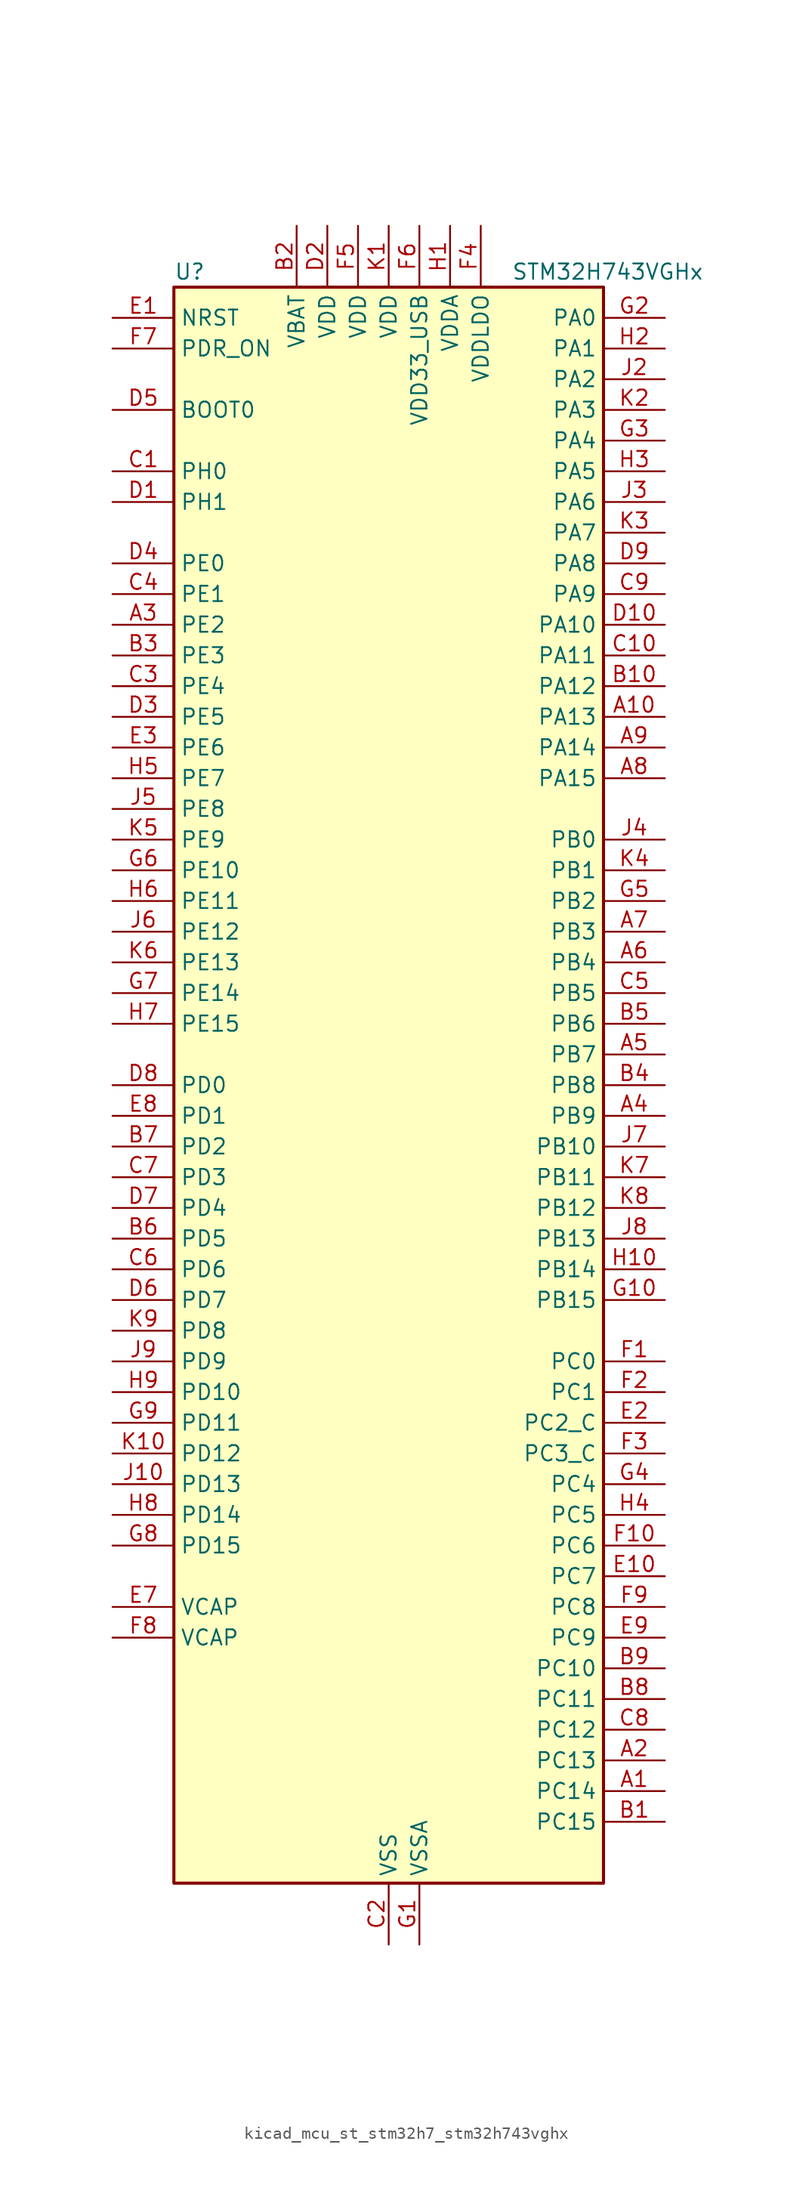
<source format=kicad_sym>
(kicad_symbol_lib
  (version 20220914)
  (generator kicad_symbol_editor)
  (symbol "kicad_mcu_st_stm32h7_stm32h743vghx"
    (property "Reference" "U"
      (at -17.78 67.31 0)
      (effects (font (size 1.27 1.27)) (justify left)))
    (property "Value" "STM32H743VGHx"
      (at 10.16 67.31 0)
      (effects (font (size 1.27 1.27)) (justify left)))
    (property "ki_locked" ""
      (at 0 0 0)
      (effects (font (size 1.27 1.27))))
    (symbol "kicad_mcu_st_stm32h7_stm32h743vghx_0_1"
      (rectangle (start -17.78 -66.04) (end 17.78 66.04) (stroke (width 0.254) (type default)) (fill (type background))))
    (symbol "kicad_mcu_st_stm32h7_stm32h743vghx_1_1"
      (pin bidirectional line (at 22.86 -58.42 180) (length 5.08) (name "PC14" (effects (font (size 1.27 1.27)))) (number "A1" (effects (font (size 1.27 1.27)))) (alternate "RCC_OSC32_IN" bidirectional line))
      (pin bidirectional line (at 22.86 30.48 180) (length 5.08) (name "PA13" (effects (font (size 1.27 1.27)))) (number "A10" (effects (font (size 1.27 1.27)))) (alternate "DEBUG_JTMS-SWDIO" bidirectional line))
      (pin bidirectional line (at 22.86 -55.88 180) (length 5.08) (name "PC13" (effects (font (size 1.27 1.27)))) (number "A2" (effects (font (size 1.27 1.27)))) (alternate "PWR_WKUP2" bidirectional line) (alternate "RTC_OUT_ALARM" bidirectional line) (alternate "RTC_OUT_CALIB" bidirectional line) (alternate "RTC_TAMP1" bidirectional line) (alternate "RTC_TS" bidirectional line))
      (pin bidirectional line (at -22.86 38.1 0) (length 5.08) (name "PE2" (effects (font (size 1.27 1.27)))) (number "A3" (effects (font (size 1.27 1.27)))) (alternate "DEBUG_TRACECLK" bidirectional line) (alternate "ETH_TXD3" bidirectional line) (alternate "FMC_A23" bidirectional line) (alternate "QUADSPI_BK1_IO2" bidirectional line) (alternate "SAI1_CK1" bidirectional line) (alternate "SAI1_MCLK_A" bidirectional line) (alternate "SAI4_CK1" bidirectional line) (alternate "SAI4_MCLK_A" bidirectional line) (alternate "SPI4_SCK" bidirectional line))
      (pin bidirectional line (at 22.86 -2.54 180) (length 5.08) (name "PB9" (effects (font (size 1.27 1.27)))) (number "A4" (effects (font (size 1.27 1.27)))) (alternate "DAC1_EXTI9" bidirectional line) (alternate "DCMI_D7" bidirectional line) (alternate "DFSDM1_DATIN7" bidirectional line) (alternate "FDCAN1_TX" bidirectional line) (alternate "I2C1_SDA" bidirectional line) (alternate "I2C4_SDA" bidirectional line) (alternate "I2C4_SMBA" bidirectional line) (alternate "I2S2_WS" bidirectional line) (alternate "LTDC_B7" bidirectional line) (alternate "SDMMC1_CDIR" bidirectional line) (alternate "SDMMC1_D5" bidirectional line) (alternate "SDMMC2_D5" bidirectional line) (alternate "SPI2_NSS" bidirectional line) (alternate "TIM17_CH1" bidirectional line) (alternate "TIM4_CH4" bidirectional line) (alternate "UART4_TX" bidirectional line))
      (pin bidirectional line (at 22.86 2.54 180) (length 5.08) (name "PB7" (effects (font (size 1.27 1.27)))) (number "A5" (effects (font (size 1.27 1.27)))) (alternate "DCMI_VSYNC" bidirectional line) (alternate "DFSDM1_CKIN5" bidirectional line) (alternate "FMC_NL" bidirectional line) (alternate "HRTIM_EEV9" bidirectional line) (alternate "I2C1_SDA" bidirectional line) (alternate "I2C4_SDA" bidirectional line) (alternate "LPUART1_RX" bidirectional line) (alternate "PWR_PVD_IN" bidirectional line) (alternate "TIM17_CH1N" bidirectional line) (alternate "TIM4_CH2" bidirectional line) (alternate "USART1_RX" bidirectional line))
      (pin bidirectional line (at 22.86 10.16 180) (length 5.08) (name "PB4" (effects (font (size 1.27 1.27)))) (number "A6" (effects (font (size 1.27 1.27)))) (alternate "DEBUG_JTRST" bidirectional line) (alternate "HRTIM_EEV6" bidirectional line) (alternate "I2S1_SDI" bidirectional line) (alternate "I2S2_WS" bidirectional line) (alternate "I2S3_SDI" bidirectional line) (alternate "SDMMC2_D3" bidirectional line) (alternate "SPI1_MISO" bidirectional line) (alternate "SPI2_NSS" bidirectional line) (alternate "SPI3_MISO" bidirectional line) (alternate "SPI6_MISO" bidirectional line) (alternate "TIM16_BKIN" bidirectional line) (alternate "TIM3_CH1" bidirectional line) (alternate "UART7_TX" bidirectional line))
      (pin bidirectional line (at 22.86 12.7 180) (length 5.08) (name "PB3" (effects (font (size 1.27 1.27)))) (number "A7" (effects (font (size 1.27 1.27)))) (alternate "CRS_SYNC" bidirectional line) (alternate "DEBUG_JTDO-SWO" bidirectional line) (alternate "HRTIM_FLT4" bidirectional line) (alternate "I2S1_CK" bidirectional line) (alternate "I2S3_CK" bidirectional line) (alternate "SDMMC2_D2" bidirectional line) (alternate "SPI1_SCK" bidirectional line) (alternate "SPI3_SCK" bidirectional line) (alternate "SPI6_SCK" bidirectional line) (alternate "TIM2_CH2" bidirectional line) (alternate "UART7_RX" bidirectional line))
      (pin bidirectional line (at 22.86 25.4 180) (length 5.08) (name "PA15" (effects (font (size 1.27 1.27)))) (number "A8" (effects (font (size 1.27 1.27)))) (alternate "ADC1_EXTI15" bidirectional line) (alternate "ADC2_EXTI15" bidirectional line) (alternate "ADC3_EXTI15" bidirectional line) (alternate "CEC" bidirectional line) (alternate "DEBUG_JTDI" bidirectional line) (alternate "HRTIM_FLT1" bidirectional line) (alternate "I2S1_WS" bidirectional line) (alternate "I2S3_WS" bidirectional line) (alternate "SPI1_NSS" bidirectional line) (alternate "SPI3_NSS" bidirectional line) (alternate "SPI6_NSS" bidirectional line) (alternate "TIM2_CH1" bidirectional line) (alternate "TIM2_ETR" bidirectional line) (alternate "UART4_DE" bidirectional line) (alternate "UART4_RTS" bidirectional line) (alternate "UART7_TX" bidirectional line))
      (pin bidirectional line (at 22.86 27.94 180) (length 5.08) (name "PA14" (effects (font (size 1.27 1.27)))) (number "A9" (effects (font (size 1.27 1.27)))) (alternate "DEBUG_JTCK-SWCLK" bidirectional line))
      (pin bidirectional line (at 22.86 -60.96 180) (length 5.08) (name "PC15" (effects (font (size 1.27 1.27)))) (number "B1" (effects (font (size 1.27 1.27)))) (alternate "ADC1_EXTI15" bidirectional line) (alternate "ADC2_EXTI15" bidirectional line) (alternate "ADC3_EXTI15" bidirectional line) (alternate "RCC_OSC32_OUT" bidirectional line))
      (pin bidirectional line (at 22.86 33.02 180) (length 5.08) (name "PA12" (effects (font (size 1.27 1.27)))) (number "B10" (effects (font (size 1.27 1.27)))) (alternate "FDCAN1_TX" bidirectional line) (alternate "HRTIM_CHD2" bidirectional line) (alternate "I2S2_CK" bidirectional line) (alternate "LPUART1_DE" bidirectional line) (alternate "LPUART1_RTS" bidirectional line) (alternate "LTDC_R5" bidirectional line) (alternate "SAI2_FS_B" bidirectional line) (alternate "SPI2_SCK" bidirectional line) (alternate "TIM1_ETR" bidirectional line) (alternate "UART4_TX" bidirectional line) (alternate "USART1_DE" bidirectional line) (alternate "USART1_RTS" bidirectional line) (alternate "USB_OTG_FS_DP" bidirectional line))
      (pin power_in line (at -7.62 71.12 270) (length 5.08) (name "VBAT" (effects (font (size 1.27 1.27)))) (number "B2" (effects (font (size 1.27 1.27)))))
      (pin bidirectional line (at -22.86 35.56 0) (length 5.08) (name "PE3" (effects (font (size 1.27 1.27)))) (number "B3" (effects (font (size 1.27 1.27)))) (alternate "DEBUG_TRACED0" bidirectional line) (alternate "FMC_A19" bidirectional line) (alternate "SAI1_SD_B" bidirectional line) (alternate "SAI4_SD_B" bidirectional line) (alternate "TIM15_BKIN" bidirectional line))
      (pin bidirectional line (at 22.86 0 180) (length 5.08) (name "PB8" (effects (font (size 1.27 1.27)))) (number "B4" (effects (font (size 1.27 1.27)))) (alternate "DCMI_D6" bidirectional line) (alternate "DFSDM1_CKIN7" bidirectional line) (alternate "ETH_TXD3" bidirectional line) (alternate "FDCAN1_RX" bidirectional line) (alternate "I2C1_SCL" bidirectional line) (alternate "I2C4_SCL" bidirectional line) (alternate "LTDC_B6" bidirectional line) (alternate "SDMMC1_CKIN" bidirectional line) (alternate "SDMMC1_D4" bidirectional line) (alternate "SDMMC2_D4" bidirectional line) (alternate "TIM16_CH1" bidirectional line) (alternate "TIM4_CH3" bidirectional line) (alternate "UART4_RX" bidirectional line))
      (pin bidirectional line (at 22.86 5.08 180) (length 5.08) (name "PB6" (effects (font (size 1.27 1.27)))) (number "B5" (effects (font (size 1.27 1.27)))) (alternate "CEC" bidirectional line) (alternate "DCMI_D5" bidirectional line) (alternate "DFSDM1_DATIN5" bidirectional line) (alternate "FDCAN2_TX" bidirectional line) (alternate "FMC_SDNE1" bidirectional line) (alternate "HRTIM_EEV8" bidirectional line) (alternate "I2C1_SCL" bidirectional line) (alternate "I2C4_SCL" bidirectional line) (alternate "LPUART1_TX" bidirectional line) (alternate "QUADSPI_BK1_NCS" bidirectional line) (alternate "TIM16_CH1N" bidirectional line) (alternate "TIM4_CH1" bidirectional line) (alternate "UART5_TX" bidirectional line) (alternate "USART1_TX" bidirectional line))
      (pin bidirectional line (at -22.86 -12.7 0) (length 5.08) (name "PD5" (effects (font (size 1.27 1.27)))) (number "B6" (effects (font (size 1.27 1.27)))) (alternate "FMC_NWE" bidirectional line) (alternate "HRTIM_EEV3" bidirectional line) (alternate "USART2_TX" bidirectional line))
      (pin bidirectional line (at -22.86 -5.08 0) (length 5.08) (name "PD2" (effects (font (size 1.27 1.27)))) (number "B7" (effects (font (size 1.27 1.27)))) (alternate "DCMI_D11" bidirectional line) (alternate "DEBUG_TRACED2" bidirectional line) (alternate "SDMMC1_CMD" bidirectional line) (alternate "TIM3_ETR" bidirectional line) (alternate "UART5_RX" bidirectional line))
      (pin bidirectional line (at 22.86 -50.8 180) (length 5.08) (name "PC11" (effects (font (size 1.27 1.27)))) (number "B8" (effects (font (size 1.27 1.27)))) (alternate "ADC1_EXTI11" bidirectional line) (alternate "ADC2_EXTI11" bidirectional line) (alternate "ADC3_EXTI11" bidirectional line) (alternate "DCMI_D4" bidirectional line) (alternate "DFSDM1_DATIN5" bidirectional line) (alternate "HRTIM_FLT2" bidirectional line) (alternate "I2S3_SDI" bidirectional line) (alternate "QUADSPI_BK2_NCS" bidirectional line) (alternate "SDMMC1_D3" bidirectional line) (alternate "SPI3_MISO" bidirectional line) (alternate "UART4_RX" bidirectional line) (alternate "USART3_RX" bidirectional line))
      (pin bidirectional line (at 22.86 -48.26 180) (length 5.08) (name "PC10" (effects (font (size 1.27 1.27)))) (number "B9" (effects (font (size 1.27 1.27)))) (alternate "DCMI_D8" bidirectional line) (alternate "DFSDM1_CKIN5" bidirectional line) (alternate "HRTIM_EEV1" bidirectional line) (alternate "I2S3_CK" bidirectional line) (alternate "LTDC_R2" bidirectional line) (alternate "QUADSPI_BK1_IO1" bidirectional line) (alternate "SDMMC1_D2" bidirectional line) (alternate "SPI3_SCK" bidirectional line) (alternate "UART4_TX" bidirectional line) (alternate "USART3_TX" bidirectional line))
      (pin bidirectional line (at -22.86 50.8 0) (length 5.08) (name "PH0" (effects (font (size 1.27 1.27)))) (number "C1" (effects (font (size 1.27 1.27)))) (alternate "RCC_OSC_IN" bidirectional line))
      (pin bidirectional line (at 22.86 35.56 180) (length 5.08) (name "PA11" (effects (font (size 1.27 1.27)))) (number "C10" (effects (font (size 1.27 1.27)))) (alternate "ADC1_EXTI11" bidirectional line) (alternate "ADC2_EXTI11" bidirectional line) (alternate "ADC3_EXTI11" bidirectional line) (alternate "FDCAN1_RX" bidirectional line) (alternate "HRTIM_CHD1" bidirectional line) (alternate "I2S2_WS" bidirectional line) (alternate "LPUART1_CTS" bidirectional line) (alternate "LTDC_R4" bidirectional line) (alternate "SPI2_NSS" bidirectional line) (alternate "TIM1_CH4" bidirectional line) (alternate "UART4_RX" bidirectional line) (alternate "USART1_CTS" bidirectional line) (alternate "USART1_NSS" bidirectional line) (alternate "USB_OTG_FS_DM" bidirectional line))
      (pin power_in line (at 0 -71.12 90) (length 5.08) (name "VSS" (effects (font (size 1.27 1.27)))) (number "C2" (effects (font (size 1.27 1.27)))))
      (pin bidirectional line (at -22.86 33.02 0) (length 5.08) (name "PE4" (effects (font (size 1.27 1.27)))) (number "C3" (effects (font (size 1.27 1.27)))) (alternate "DCMI_D4" bidirectional line) (alternate "DEBUG_TRACED1" bidirectional line) (alternate "DFSDM1_DATIN3" bidirectional line) (alternate "FMC_A20" bidirectional line) (alternate "LTDC_B0" bidirectional line) (alternate "SAI1_D2" bidirectional line) (alternate "SAI1_FS_A" bidirectional line) (alternate "SAI4_D2" bidirectional line) (alternate "SAI4_FS_A" bidirectional line) (alternate "SPI4_NSS" bidirectional line) (alternate "TIM15_CH1N" bidirectional line))
      (pin bidirectional line (at -22.86 40.64 0) (length 5.08) (name "PE1" (effects (font (size 1.27 1.27)))) (number "C4" (effects (font (size 1.27 1.27)))) (alternate "DCMI_D3" bidirectional line) (alternate "FMC_NBL1" bidirectional line) (alternate "HRTIM_SCOUT" bidirectional line) (alternate "LPTIM1_IN2" bidirectional line) (alternate "UART8_TX" bidirectional line))
      (pin bidirectional line (at 22.86 7.62 180) (length 5.08) (name "PB5" (effects (font (size 1.27 1.27)))) (number "C5" (effects (font (size 1.27 1.27)))) (alternate "DCMI_D10" bidirectional line) (alternate "ETH_PPS_OUT" bidirectional line) (alternate "FDCAN2_RX" bidirectional line) (alternate "FMC_SDCKE1" bidirectional line) (alternate "HRTIM_EEV7" bidirectional line) (alternate "I2C1_SMBA" bidirectional line) (alternate "I2C4_SMBA" bidirectional line) (alternate "I2S1_SDO" bidirectional line) (alternate "I2S3_SDO" bidirectional line) (alternate "SPI1_MOSI" bidirectional line) (alternate "SPI3_MOSI" bidirectional line) (alternate "SPI6_MOSI" bidirectional line) (alternate "TIM17_BKIN" bidirectional line) (alternate "TIM3_CH2" bidirectional line) (alternate "UART5_RX" bidirectional line) (alternate "USB_OTG_HS_ULPI_D7" bidirectional line))
      (pin bidirectional line (at -22.86 -15.24 0) (length 5.08) (name "PD6" (effects (font (size 1.27 1.27)))) (number "C6" (effects (font (size 1.27 1.27)))) (alternate "DCMI_D10" bidirectional line) (alternate "DFSDM1_CKIN4" bidirectional line) (alternate "DFSDM1_DATIN1" bidirectional line) (alternate "FMC_NWAIT" bidirectional line) (alternate "I2S3_SDO" bidirectional line) (alternate "LTDC_B2" bidirectional line) (alternate "SAI1_D1" bidirectional line) (alternate "SAI1_SD_A" bidirectional line) (alternate "SAI4_D1" bidirectional line) (alternate "SAI4_SD_A" bidirectional line) (alternate "SDMMC2_CK" bidirectional line) (alternate "SPI3_MOSI" bidirectional line) (alternate "USART2_RX" bidirectional line))
      (pin bidirectional line (at -22.86 -7.62 0) (length 5.08) (name "PD3" (effects (font (size 1.27 1.27)))) (number "C7" (effects (font (size 1.27 1.27)))) (alternate "DCMI_D5" bidirectional line) (alternate "DFSDM1_CKOUT" bidirectional line) (alternate "FMC_CLK" bidirectional line) (alternate "I2S2_CK" bidirectional line) (alternate "LTDC_G7" bidirectional line) (alternate "SPI2_SCK" bidirectional line) (alternate "USART2_CTS" bidirectional line) (alternate "USART2_NSS" bidirectional line))
      (pin bidirectional line (at 22.86 -53.34 180) (length 5.08) (name "PC12" (effects (font (size 1.27 1.27)))) (number "C8" (effects (font (size 1.27 1.27)))) (alternate "DCMI_D9" bidirectional line) (alternate "DEBUG_TRACED3" bidirectional line) (alternate "HRTIM_EEV2" bidirectional line) (alternate "I2S3_SDO" bidirectional line) (alternate "SDMMC1_CK" bidirectional line) (alternate "SPI3_MOSI" bidirectional line) (alternate "UART5_TX" bidirectional line) (alternate "USART3_CK" bidirectional line))
      (pin bidirectional line (at 22.86 40.64 180) (length 5.08) (name "PA9" (effects (font (size 1.27 1.27)))) (number "C9" (effects (font (size 1.27 1.27)))) (alternate "DAC1_EXTI9" bidirectional line) (alternate "DCMI_D0" bidirectional line) (alternate "HRTIM_CHC1" bidirectional line) (alternate "I2C3_SMBA" bidirectional line) (alternate "I2S2_CK" bidirectional line) (alternate "LPUART1_TX" bidirectional line) (alternate "LTDC_R5" bidirectional line) (alternate "SPI2_SCK" bidirectional line) (alternate "TIM1_CH2" bidirectional line) (alternate "USART1_TX" bidirectional line) (alternate "USB_OTG_FS_VBUS" bidirectional line))
      (pin bidirectional line (at -22.86 48.26 0) (length 5.08) (name "PH1" (effects (font (size 1.27 1.27)))) (number "D1" (effects (font (size 1.27 1.27)))) (alternate "RCC_OSC_OUT" bidirectional line))
      (pin bidirectional line (at 22.86 38.1 180) (length 5.08) (name "PA10" (effects (font (size 1.27 1.27)))) (number "D10" (effects (font (size 1.27 1.27)))) (alternate "DCMI_D1" bidirectional line) (alternate "HRTIM_CHC2" bidirectional line) (alternate "LPUART1_RX" bidirectional line) (alternate "LTDC_B1" bidirectional line) (alternate "LTDC_B4" bidirectional line) (alternate "MDIOS_MDIO" bidirectional line) (alternate "TIM1_CH3" bidirectional line) (alternate "USART1_RX" bidirectional line) (alternate "USB_OTG_FS_ID" bidirectional line))
      (pin power_in line (at -5.08 71.12 270) (length 5.08) (name "VDD" (effects (font (size 1.27 1.27)))) (number "D2" (effects (font (size 1.27 1.27)))))
      (pin bidirectional line (at -22.86 30.48 0) (length 5.08) (name "PE5" (effects (font (size 1.27 1.27)))) (number "D3" (effects (font (size 1.27 1.27)))) (alternate "DCMI_D6" bidirectional line) (alternate "DEBUG_TRACED2" bidirectional line) (alternate "DFSDM1_CKIN3" bidirectional line) (alternate "FMC_A21" bidirectional line) (alternate "LTDC_G0" bidirectional line) (alternate "SAI1_CK2" bidirectional line) (alternate "SAI1_SCK_A" bidirectional line) (alternate "SAI4_CK2" bidirectional line) (alternate "SAI4_SCK_A" bidirectional line) (alternate "SPI4_MISO" bidirectional line) (alternate "TIM15_CH1" bidirectional line))
      (pin bidirectional line (at -22.86 43.18 0) (length 5.08) (name "PE0" (effects (font (size 1.27 1.27)))) (number "D4" (effects (font (size 1.27 1.27)))) (alternate "DCMI_D2" bidirectional line) (alternate "FMC_NBL0" bidirectional line) (alternate "HRTIM_SCIN" bidirectional line) (alternate "LPTIM1_ETR" bidirectional line) (alternate "LPTIM2_ETR" bidirectional line) (alternate "SAI2_MCLK_A" bidirectional line) (alternate "TIM4_ETR" bidirectional line) (alternate "UART8_RX" bidirectional line))
      (pin input line (at -22.86 55.88 0) (length 5.08) (name "BOOT0" (effects (font (size 1.27 1.27)))) (number "D5" (effects (font (size 1.27 1.27)))))
      (pin bidirectional line (at -22.86 -17.78 0) (length 5.08) (name "PD7" (effects (font (size 1.27 1.27)))) (number "D6" (effects (font (size 1.27 1.27)))) (alternate "DFSDM1_CKIN1" bidirectional line) (alternate "DFSDM1_DATIN4" bidirectional line) (alternate "FMC_NE1" bidirectional line) (alternate "I2S1_SDO" bidirectional line) (alternate "SDMMC2_CMD" bidirectional line) (alternate "SPDIFRX1_IN0" bidirectional line) (alternate "SPI1_MOSI" bidirectional line) (alternate "USART2_CK" bidirectional line))
      (pin bidirectional line (at -22.86 -10.16 0) (length 5.08) (name "PD4" (effects (font (size 1.27 1.27)))) (number "D7" (effects (font (size 1.27 1.27)))) (alternate "FMC_NOE" bidirectional line) (alternate "HRTIM_FLT3" bidirectional line) (alternate "SAI3_FS_A" bidirectional line) (alternate "USART2_DE" bidirectional line) (alternate "USART2_RTS" bidirectional line))
      (pin bidirectional line (at -22.86 0 0) (length 5.08) (name "PD0" (effects (font (size 1.27 1.27)))) (number "D8" (effects (font (size 1.27 1.27)))) (alternate "DFSDM1_CKIN6" bidirectional line) (alternate "FDCAN1_RX" bidirectional line) (alternate "FMC_D2" bidirectional line) (alternate "FMC_DA2" bidirectional line) (alternate "SAI3_SCK_A" bidirectional line) (alternate "UART4_RX" bidirectional line))
      (pin bidirectional line (at 22.86 43.18 180) (length 5.08) (name "PA8" (effects (font (size 1.27 1.27)))) (number "D9" (effects (font (size 1.27 1.27)))) (alternate "HRTIM_CHB2" bidirectional line) (alternate "I2C3_SCL" bidirectional line) (alternate "LTDC_B3" bidirectional line) (alternate "LTDC_R6" bidirectional line) (alternate "RCC_MCO_1" bidirectional line) (alternate "TIM1_CH1" bidirectional line) (alternate "TIM8_BKIN2" bidirectional line) (alternate "TIM8_BKIN2_COMP1" bidirectional line) (alternate "TIM8_BKIN2_COMP2" bidirectional line) (alternate "UART7_RX" bidirectional line) (alternate "USART1_CK" bidirectional line) (alternate "USB_OTG_FS_SOF" bidirectional line))
      (pin input line (at -22.86 63.5 0) (length 5.08) (name "NRST" (effects (font (size 1.27 1.27)))) (number "E1" (effects (font (size 1.27 1.27)))))
      (pin bidirectional line (at 22.86 -40.64 180) (length 5.08) (name "PC7" (effects (font (size 1.27 1.27)))) (number "E10" (effects (font (size 1.27 1.27)))) (alternate "DCMI_D1" bidirectional line) (alternate "DEBUG_TRGIO" bidirectional line) (alternate "DFSDM1_DATIN3" bidirectional line) (alternate "FMC_NE1" bidirectional line) (alternate "HRTIM_CHA2" bidirectional line) (alternate "I2S3_MCK" bidirectional line) (alternate "LTDC_G6" bidirectional line) (alternate "SDMMC1_D123DIR" bidirectional line) (alternate "SDMMC1_D7" bidirectional line) (alternate "SDMMC2_D7" bidirectional line) (alternate "SWPMI1_TX" bidirectional line) (alternate "TIM3_CH2" bidirectional line) (alternate "TIM8_CH2" bidirectional line) (alternate "USART6_RX" bidirectional line))
      (pin bidirectional line (at 22.86 -27.94 180) (length 5.08) (name "PC2_C" (effects (font (size 1.27 1.27)))) (number "E2" (effects (font (size 1.27 1.27)))) (alternate "ADC3_INN1" bidirectional line) (alternate "ADC3_INP0" bidirectional line) (alternate "DFSDM1_CKIN1" bidirectional line) (alternate "DFSDM1_CKOUT" bidirectional line) (alternate "ETH_TXD2" bidirectional line) (alternate "FMC_SDNE0" bidirectional line) (alternate "I2S2_SDI" bidirectional line) (alternate "PWR_CSTOP" bidirectional line) (alternate "SPI2_MISO" bidirectional line) (alternate "USB_OTG_HS_ULPI_DIR" bidirectional line))
      (pin bidirectional line (at -22.86 27.94 0) (length 5.08) (name "PE6" (effects (font (size 1.27 1.27)))) (number "E3" (effects (font (size 1.27 1.27)))) (alternate "DCMI_D7" bidirectional line) (alternate "DEBUG_TRACED3" bidirectional line) (alternate "FMC_A22" bidirectional line) (alternate "LTDC_G1" bidirectional line) (alternate "SAI1_D1" bidirectional line) (alternate "SAI1_SD_A" bidirectional line) (alternate "SAI2_MCLK_B" bidirectional line) (alternate "SAI4_D1" bidirectional line) (alternate "SAI4_SD_A" bidirectional line) (alternate "SPI4_MOSI" bidirectional line) (alternate "TIM15_CH2" bidirectional line) (alternate "TIM1_BKIN2" bidirectional line) (alternate "TIM1_BKIN2_COMP1" bidirectional line) (alternate "TIM1_BKIN2_COMP2" bidirectional line))
      (pin passive line (at 0 -71.12 90) (length 5.08) hide (name "VSS" (effects (font (size 1.27 1.27)))) (number "E4" (effects (font (size 1.27 1.27)))))
      (pin passive line (at 0 -71.12 90) (length 5.08) hide (name "VSS" (effects (font (size 1.27 1.27)))) (number "E5" (effects (font (size 1.27 1.27)))))
      (pin passive line (at 0 -71.12 90) (length 5.08) hide (name "VSS" (effects (font (size 1.27 1.27)))) (number "E6" (effects (font (size 1.27 1.27)))))
      (pin power_out line (at -22.86 -43.18 0) (length 5.08) (name "VCAP" (effects (font (size 1.27 1.27)))) (number "E7" (effects (font (size 1.27 1.27)))))
      (pin bidirectional line (at -22.86 -2.54 0) (length 5.08) (name "PD1" (effects (font (size 1.27 1.27)))) (number "E8" (effects (font (size 1.27 1.27)))) (alternate "DFSDM1_DATIN6" bidirectional line) (alternate "FDCAN1_TX" bidirectional line) (alternate "FMC_D3" bidirectional line) (alternate "FMC_DA3" bidirectional line) (alternate "SAI3_SD_A" bidirectional line) (alternate "UART4_TX" bidirectional line))
      (pin bidirectional line (at 22.86 -45.72 180) (length 5.08) (name "PC9" (effects (font (size 1.27 1.27)))) (number "E9" (effects (font (size 1.27 1.27)))) (alternate "DAC1_EXTI9" bidirectional line) (alternate "DCMI_D3" bidirectional line) (alternate "I2C3_SDA" bidirectional line) (alternate "I2S_CKIN" bidirectional line) (alternate "LTDC_B2" bidirectional line) (alternate "LTDC_G3" bidirectional line) (alternate "QUADSPI_BK1_IO0" bidirectional line) (alternate "RCC_MCO_2" bidirectional line) (alternate "SDMMC1_D1" bidirectional line) (alternate "SWPMI1_SUSPEND" bidirectional line) (alternate "TIM3_CH4" bidirectional line) (alternate "TIM8_CH4" bidirectional line) (alternate "UART5_CTS" bidirectional line))
      (pin bidirectional line (at 22.86 -22.86 180) (length 5.08) (name "PC0" (effects (font (size 1.27 1.27)))) (number "F1" (effects (font (size 1.27 1.27)))) (alternate "ADC1_INP10" bidirectional line) (alternate "ADC2_INP10" bidirectional line) (alternate "ADC3_INP10" bidirectional line) (alternate "DFSDM1_CKIN0" bidirectional line) (alternate "DFSDM1_DATIN4" bidirectional line) (alternate "FMC_SDNWE" bidirectional line) (alternate "LTDC_R5" bidirectional line) (alternate "SAI2_FS_B" bidirectional line) (alternate "USB_OTG_HS_ULPI_STP" bidirectional line))
      (pin bidirectional line (at 22.86 -38.1 180) (length 5.08) (name "PC6" (effects (font (size 1.27 1.27)))) (number "F10" (effects (font (size 1.27 1.27)))) (alternate "DCMI_D0" bidirectional line) (alternate "DFSDM1_CKIN3" bidirectional line) (alternate "FMC_NWAIT" bidirectional line) (alternate "HRTIM_CHA1" bidirectional line) (alternate "I2S2_MCK" bidirectional line) (alternate "LTDC_HSYNC" bidirectional line) (alternate "SDMMC1_D0DIR" bidirectional line) (alternate "SDMMC1_D6" bidirectional line) (alternate "SDMMC2_D6" bidirectional line) (alternate "SWPMI1_IO" bidirectional line) (alternate "TIM3_CH1" bidirectional line) (alternate "TIM8_CH1" bidirectional line) (alternate "USART6_TX" bidirectional line))
      (pin bidirectional line (at 22.86 -25.4 180) (length 5.08) (name "PC1" (effects (font (size 1.27 1.27)))) (number "F2" (effects (font (size 1.27 1.27)))) (alternate "ADC1_INN10" bidirectional line) (alternate "ADC1_INP11" bidirectional line) (alternate "ADC2_INN10" bidirectional line) (alternate "ADC2_INP11" bidirectional line) (alternate "ADC3_INN10" bidirectional line) (alternate "ADC3_INP11" bidirectional line) (alternate "DEBUG_TRACED0" bidirectional line) (alternate "DFSDM1_CKIN4" bidirectional line) (alternate "DFSDM1_DATIN0" bidirectional line) (alternate "ETH_MDC" bidirectional line) (alternate "I2S2_SDO" bidirectional line) (alternate "MDIOS_MDC" bidirectional line) (alternate "PWR_WKUP5" bidirectional line) (alternate "RTC_TAMP3" bidirectional line) (alternate "SAI1_D1" bidirectional line) (alternate "SAI1_SD_A" bidirectional line) (alternate "SAI4_D1" bidirectional line) (alternate "SAI4_SD_A" bidirectional line) (alternate "SDMMC2_CK" bidirectional line) (alternate "SPI2_MOSI" bidirectional line))
      (pin bidirectional line (at 22.86 -30.48 180) (length 5.08) (name "PC3_C" (effects (font (size 1.27 1.27)))) (number "F3" (effects (font (size 1.27 1.27)))) (alternate "ADC3_INP1" bidirectional line) (alternate "DFSDM1_DATIN1" bidirectional line) (alternate "ETH_TX_CLK" bidirectional line) (alternate "FMC_SDCKE0" bidirectional line) (alternate "I2S2_SDO" bidirectional line) (alternate "PWR_CSLEEP" bidirectional line) (alternate "SPI2_MOSI" bidirectional line) (alternate "USB_OTG_HS_ULPI_NXT" bidirectional line))
      (pin power_in line (at 7.62 71.12 270) (length 5.08) (name "VDDLDO" (effects (font (size 1.27 1.27)))) (number "F4" (effects (font (size 1.27 1.27)))))
      (pin power_in line (at -2.54 71.12 270) (length 5.08) (name "VDD" (effects (font (size 1.27 1.27)))) (number "F5" (effects (font (size 1.27 1.27)))))
      (pin power_in line (at 2.54 71.12 270) (length 5.08) (name "VDD33_USB" (effects (font (size 1.27 1.27)))) (number "F6" (effects (font (size 1.27 1.27)))))
      (pin input line (at -22.86 60.96 0) (length 5.08) (name "PDR_ON" (effects (font (size 1.27 1.27)))) (number "F7" (effects (font (size 1.27 1.27)))))
      (pin power_out line (at -22.86 -45.72 0) (length 5.08) (name "VCAP" (effects (font (size 1.27 1.27)))) (number "F8" (effects (font (size 1.27 1.27)))))
      (pin bidirectional line (at 22.86 -43.18 180) (length 5.08) (name "PC8" (effects (font (size 1.27 1.27)))) (number "F9" (effects (font (size 1.27 1.27)))) (alternate "DCMI_D2" bidirectional line) (alternate "DEBUG_TRACED1" bidirectional line) (alternate "FMC_NCE" bidirectional line) (alternate "FMC_NE2" bidirectional line) (alternate "HRTIM_CHB1" bidirectional line) (alternate "SDMMC1_D0" bidirectional line) (alternate "SWPMI1_RX" bidirectional line) (alternate "TIM3_CH3" bidirectional line) (alternate "TIM8_CH3" bidirectional line) (alternate "UART5_DE" bidirectional line) (alternate "UART5_RTS" bidirectional line) (alternate "USART6_CK" bidirectional line))
      (pin power_in line (at 2.54 -71.12 90) (length 5.08) (name "VSSA" (effects (font (size 1.27 1.27)))) (number "G1" (effects (font (size 1.27 1.27)))))
      (pin bidirectional line (at 22.86 -17.78 180) (length 5.08) (name "PB15" (effects (font (size 1.27 1.27)))) (number "G10" (effects (font (size 1.27 1.27)))) (alternate "ADC1_EXTI15" bidirectional line) (alternate "ADC2_EXTI15" bidirectional line) (alternate "ADC3_EXTI15" bidirectional line) (alternate "DFSDM1_CKIN2" bidirectional line) (alternate "I2S2_SDO" bidirectional line) (alternate "RTC_REFIN" bidirectional line) (alternate "SDMMC2_D1" bidirectional line) (alternate "SPI2_MOSI" bidirectional line) (alternate "TIM12_CH2" bidirectional line) (alternate "TIM1_CH3N" bidirectional line) (alternate "TIM8_CH3N" bidirectional line) (alternate "UART4_CTS" bidirectional line) (alternate "USART1_RX" bidirectional line) (alternate "USB_OTG_HS_DP" bidirectional line))
      (pin bidirectional line (at 22.86 63.5 180) (length 5.08) (name "PA0" (effects (font (size 1.27 1.27)))) (number "G2" (effects (font (size 1.27 1.27)))) (alternate "ADC1_INP16" bidirectional line) (alternate "ETH_CRS" bidirectional line) (alternate "PWR_WKUP0" bidirectional line) (alternate "SAI2_SD_B" bidirectional line) (alternate "SDMMC2_CMD" bidirectional line) (alternate "TIM15_BKIN" bidirectional line) (alternate "TIM2_CH1" bidirectional line) (alternate "TIM2_ETR" bidirectional line) (alternate "TIM5_CH1" bidirectional line) (alternate "TIM8_ETR" bidirectional line) (alternate "UART4_TX" bidirectional line) (alternate "USART2_CTS" bidirectional line) (alternate "USART2_NSS" bidirectional line))
      (pin bidirectional line (at 22.86 53.34 180) (length 5.08) (name "PA4" (effects (font (size 1.27 1.27)))) (number "G3" (effects (font (size 1.27 1.27)))) (alternate "ADC1_INP18" bidirectional line) (alternate "ADC2_INP18" bidirectional line) (alternate "DAC1_OUT1" bidirectional line) (alternate "DCMI_HSYNC" bidirectional line) (alternate "I2S1_WS" bidirectional line) (alternate "I2S3_WS" bidirectional line) (alternate "LTDC_VSYNC" bidirectional line) (alternate "SPI1_NSS" bidirectional line) (alternate "SPI3_NSS" bidirectional line) (alternate "SPI6_NSS" bidirectional line) (alternate "TIM5_ETR" bidirectional line) (alternate "USART2_CK" bidirectional line) (alternate "USB_OTG_HS_SOF" bidirectional line))
      (pin bidirectional line (at 22.86 -33.02 180) (length 5.08) (name "PC4" (effects (font (size 1.27 1.27)))) (number "G4" (effects (font (size 1.27 1.27)))) (alternate "ADC1_INP4" bidirectional line) (alternate "ADC2_INP4" bidirectional line) (alternate "COMP1_INM" bidirectional line) (alternate "DFSDM1_CKIN2" bidirectional line) (alternate "ETH_RXD0" bidirectional line) (alternate "FMC_SDNE0" bidirectional line) (alternate "I2S1_MCK" bidirectional line) (alternate "OPAMP1_VOUT" bidirectional line) (alternate "SPDIFRX1_IN2" bidirectional line))
      (pin bidirectional line (at 22.86 15.24 180) (length 5.08) (name "PB2" (effects (font (size 1.27 1.27)))) (number "G5" (effects (font (size 1.27 1.27)))) (alternate "COMP1_INP" bidirectional line) (alternate "DFSDM1_CKIN1" bidirectional line) (alternate "I2S3_SDO" bidirectional line) (alternate "QUADSPI_CLK" bidirectional line) (alternate "RTC_OUT_ALARM" bidirectional line) (alternate "RTC_OUT_CALIB" bidirectional line) (alternate "SAI1_D1" bidirectional line) (alternate "SAI1_SD_A" bidirectional line) (alternate "SAI4_D1" bidirectional line) (alternate "SAI4_SD_A" bidirectional line) (alternate "SPI3_MOSI" bidirectional line))
      (pin bidirectional line (at -22.86 17.78 0) (length 5.08) (name "PE10" (effects (font (size 1.27 1.27)))) (number "G6" (effects (font (size 1.27 1.27)))) (alternate "COMP2_INM" bidirectional line) (alternate "DFSDM1_DATIN4" bidirectional line) (alternate "FMC_D7" bidirectional line) (alternate "FMC_DA7" bidirectional line) (alternate "QUADSPI_BK2_IO3" bidirectional line) (alternate "TIM1_CH2N" bidirectional line) (alternate "UART7_CTS" bidirectional line))
      (pin bidirectional line (at -22.86 7.62 0) (length 5.08) (name "PE14" (effects (font (size 1.27 1.27)))) (number "G7" (effects (font (size 1.27 1.27)))) (alternate "FMC_D11" bidirectional line) (alternate "FMC_DA11" bidirectional line) (alternate "LTDC_CLK" bidirectional line) (alternate "SAI2_MCLK_B" bidirectional line) (alternate "SPI4_MOSI" bidirectional line) (alternate "TIM1_CH4" bidirectional line))
      (pin bidirectional line (at -22.86 -38.1 0) (length 5.08) (name "PD15" (effects (font (size 1.27 1.27)))) (number "G8" (effects (font (size 1.27 1.27)))) (alternate "ADC1_EXTI15" bidirectional line) (alternate "ADC2_EXTI15" bidirectional line) (alternate "ADC3_EXTI15" bidirectional line) (alternate "FMC_D1" bidirectional line) (alternate "FMC_DA1" bidirectional line) (alternate "SAI3_MCLK_A" bidirectional line) (alternate "TIM4_CH4" bidirectional line) (alternate "UART8_DE" bidirectional line) (alternate "UART8_RTS" bidirectional line))
      (pin bidirectional line (at -22.86 -27.94 0) (length 5.08) (name "PD11" (effects (font (size 1.27 1.27)))) (number "G9" (effects (font (size 1.27 1.27)))) (alternate "ADC1_EXTI11" bidirectional line) (alternate "ADC2_EXTI11" bidirectional line) (alternate "ADC3_EXTI11" bidirectional line) (alternate "FMC_A16" bidirectional line) (alternate "FMC_CLE" bidirectional line) (alternate "I2C4_SMBA" bidirectional line) (alternate "LPTIM2_IN2" bidirectional line) (alternate "QUADSPI_BK1_IO0" bidirectional line) (alternate "SAI2_SD_A" bidirectional line) (alternate "USART3_CTS" bidirectional line) (alternate "USART3_NSS" bidirectional line))
      (pin power_in line (at 5.08 71.12 270) (length 5.08) (name "VDDA" (effects (font (size 1.27 1.27)))) (number "H1" (effects (font (size 1.27 1.27)))))
      (pin bidirectional line (at 22.86 -15.24 180) (length 5.08) (name "PB14" (effects (font (size 1.27 1.27)))) (number "H10" (effects (font (size 1.27 1.27)))) (alternate "DFSDM1_DATIN2" bidirectional line) (alternate "I2S2_SDI" bidirectional line) (alternate "SDMMC2_D0" bidirectional line) (alternate "SPI2_MISO" bidirectional line) (alternate "TIM12_CH1" bidirectional line) (alternate "TIM1_CH2N" bidirectional line) (alternate "TIM8_CH2N" bidirectional line) (alternate "UART4_DE" bidirectional line) (alternate "UART4_RTS" bidirectional line) (alternate "USART1_TX" bidirectional line) (alternate "USART3_DE" bidirectional line) (alternate "USART3_RTS" bidirectional line) (alternate "USB_OTG_HS_DM" bidirectional line))
      (pin bidirectional line (at 22.86 60.96 180) (length 5.08) (name "PA1" (effects (font (size 1.27 1.27)))) (number "H2" (effects (font (size 1.27 1.27)))) (alternate "ADC1_INN16" bidirectional line) (alternate "ADC1_INP17" bidirectional line) (alternate "ETH_REF_CLK" bidirectional line) (alternate "ETH_RX_CLK" bidirectional line) (alternate "LPTIM3_OUT" bidirectional line) (alternate "LTDC_R2" bidirectional line) (alternate "QUADSPI_BK1_IO3" bidirectional line) (alternate "SAI2_MCLK_B" bidirectional line) (alternate "TIM15_CH1N" bidirectional line) (alternate "TIM2_CH2" bidirectional line) (alternate "TIM5_CH2" bidirectional line) (alternate "UART4_RX" bidirectional line) (alternate "USART2_DE" bidirectional line) (alternate "USART2_RTS" bidirectional line))
      (pin bidirectional line (at 22.86 50.8 180) (length 5.08) (name "PA5" (effects (font (size 1.27 1.27)))) (number "H3" (effects (font (size 1.27 1.27)))) (alternate "ADC1_INN18" bidirectional line) (alternate "ADC1_INP19" bidirectional line) (alternate "ADC2_INN18" bidirectional line) (alternate "ADC2_INP19" bidirectional line) (alternate "DAC1_OUT2" bidirectional line) (alternate "I2S1_CK" bidirectional line) (alternate "LTDC_R4" bidirectional line) (alternate "PWR_NDSTOP2" bidirectional line) (alternate "SPI1_SCK" bidirectional line) (alternate "SPI6_SCK" bidirectional line) (alternate "TIM2_CH1" bidirectional line) (alternate "TIM2_ETR" bidirectional line) (alternate "TIM8_CH1N" bidirectional line) (alternate "USB_OTG_HS_ULPI_CK" bidirectional line))
      (pin bidirectional line (at 22.86 -35.56 180) (length 5.08) (name "PC5" (effects (font (size 1.27 1.27)))) (number "H4" (effects (font (size 1.27 1.27)))) (alternate "ADC1_INN4" bidirectional line) (alternate "ADC1_INP8" bidirectional line) (alternate "ADC2_INN4" bidirectional line) (alternate "ADC2_INP8" bidirectional line) (alternate "COMP1_OUT" bidirectional line) (alternate "DFSDM1_DATIN2" bidirectional line) (alternate "ETH_RXD1" bidirectional line) (alternate "FMC_SDCKE0" bidirectional line) (alternate "OPAMP1_VINM" bidirectional line) (alternate "OPAMP1_VINM0" bidirectional line) (alternate "SAI1_D3" bidirectional line) (alternate "SAI4_D3" bidirectional line) (alternate "SPDIFRX1_IN3" bidirectional line))
      (pin bidirectional line (at -22.86 25.4 0) (length 5.08) (name "PE7" (effects (font (size 1.27 1.27)))) (number "H5" (effects (font (size 1.27 1.27)))) (alternate "COMP2_INM" bidirectional line) (alternate "DFSDM1_DATIN2" bidirectional line) (alternate "FMC_D4" bidirectional line) (alternate "FMC_DA4" bidirectional line) (alternate "OPAMP2_VOUT" bidirectional line) (alternate "QUADSPI_BK2_IO0" bidirectional line) (alternate "TIM1_ETR" bidirectional line) (alternate "UART7_RX" bidirectional line))
      (pin bidirectional line (at -22.86 15.24 0) (length 5.08) (name "PE11" (effects (font (size 1.27 1.27)))) (number "H6" (effects (font (size 1.27 1.27)))) (alternate "ADC1_EXTI11" bidirectional line) (alternate "ADC2_EXTI11" bidirectional line) (alternate "ADC3_EXTI11" bidirectional line) (alternate "COMP2_INP" bidirectional line) (alternate "DFSDM1_CKIN4" bidirectional line) (alternate "FMC_D8" bidirectional line) (alternate "FMC_DA8" bidirectional line) (alternate "LTDC_G3" bidirectional line) (alternate "SAI2_SD_B" bidirectional line) (alternate "SPI4_NSS" bidirectional line) (alternate "TIM1_CH2" bidirectional line))
      (pin bidirectional line (at -22.86 5.08 0) (length 5.08) (name "PE15" (effects (font (size 1.27 1.27)))) (number "H7" (effects (font (size 1.27 1.27)))) (alternate "ADC1_EXTI15" bidirectional line) (alternate "ADC2_EXTI15" bidirectional line) (alternate "ADC3_EXTI15" bidirectional line) (alternate "FMC_D12" bidirectional line) (alternate "FMC_DA12" bidirectional line) (alternate "LTDC_R7" bidirectional line) (alternate "TIM1_BKIN" bidirectional line) (alternate "TIM1_BKIN_COMP1" bidirectional line) (alternate "TIM1_BKIN_COMP2" bidirectional line))
      (pin bidirectional line (at -22.86 -35.56 0) (length 5.08) (name "PD14" (effects (font (size 1.27 1.27)))) (number "H8" (effects (font (size 1.27 1.27)))) (alternate "FMC_D0" bidirectional line) (alternate "FMC_DA0" bidirectional line) (alternate "SAI3_MCLK_B" bidirectional line) (alternate "TIM4_CH3" bidirectional line) (alternate "UART8_CTS" bidirectional line))
      (pin bidirectional line (at -22.86 -25.4 0) (length 5.08) (name "PD10" (effects (font (size 1.27 1.27)))) (number "H9" (effects (font (size 1.27 1.27)))) (alternate "DFSDM1_CKOUT" bidirectional line) (alternate "FMC_D15" bidirectional line) (alternate "FMC_DA15" bidirectional line) (alternate "LTDC_B3" bidirectional line) (alternate "SAI3_FS_B" bidirectional line) (alternate "USART3_CK" bidirectional line))
      (pin passive line (at 0 -71.12 90) (length 5.08) hide (name "VSS" (effects (font (size 1.27 1.27)))) (number "J1" (effects (font (size 1.27 1.27)))))
      (pin bidirectional line (at -22.86 -33.02 0) (length 5.08) (name "PD13" (effects (font (size 1.27 1.27)))) (number "J10" (effects (font (size 1.27 1.27)))) (alternate "FMC_A18" bidirectional line) (alternate "I2C4_SDA" bidirectional line) (alternate "LPTIM1_OUT" bidirectional line) (alternate "QUADSPI_BK1_IO3" bidirectional line) (alternate "SAI2_SCK_A" bidirectional line) (alternate "TIM4_CH2" bidirectional line))
      (pin bidirectional line (at 22.86 58.42 180) (length 5.08) (name "PA2" (effects (font (size 1.27 1.27)))) (number "J2" (effects (font (size 1.27 1.27)))) (alternate "ADC1_INP14" bidirectional line) (alternate "ADC2_INP14" bidirectional line) (alternate "ETH_MDIO" bidirectional line) (alternate "LPTIM4_OUT" bidirectional line) (alternate "LTDC_R1" bidirectional line) (alternate "MDIOS_MDIO" bidirectional line) (alternate "PWR_WKUP1" bidirectional line) (alternate "SAI2_SCK_B" bidirectional line) (alternate "TIM15_CH1" bidirectional line) (alternate "TIM2_CH3" bidirectional line) (alternate "TIM5_CH3" bidirectional line) (alternate "USART2_TX" bidirectional line))
      (pin bidirectional line (at 22.86 48.26 180) (length 5.08) (name "PA6" (effects (font (size 1.27 1.27)))) (number "J3" (effects (font (size 1.27 1.27)))) (alternate "ADC1_INP3" bidirectional line) (alternate "ADC2_INP3" bidirectional line) (alternate "DCMI_PIXCLK" bidirectional line) (alternate "I2S1_SDI" bidirectional line) (alternate "LTDC_G2" bidirectional line) (alternate "MDIOS_MDC" bidirectional line) (alternate "SPI1_MISO" bidirectional line) (alternate "SPI6_MISO" bidirectional line) (alternate "TIM13_CH1" bidirectional line) (alternate "TIM1_BKIN" bidirectional line) (alternate "TIM1_BKIN_COMP1" bidirectional line) (alternate "TIM1_BKIN_COMP2" bidirectional line) (alternate "TIM3_CH1" bidirectional line) (alternate "TIM8_BKIN" bidirectional line) (alternate "TIM8_BKIN_COMP1" bidirectional line) (alternate "TIM8_BKIN_COMP2" bidirectional line))
      (pin bidirectional line (at 22.86 20.32 180) (length 5.08) (name "PB0" (effects (font (size 1.27 1.27)))) (number "J4" (effects (font (size 1.27 1.27)))) (alternate "ADC1_INN5" bidirectional line) (alternate "ADC1_INP9" bidirectional line) (alternate "ADC2_INN5" bidirectional line) (alternate "ADC2_INP9" bidirectional line) (alternate "COMP1_INP" bidirectional line) (alternate "DFSDM1_CKOUT" bidirectional line) (alternate "ETH_RXD2" bidirectional line) (alternate "LTDC_G1" bidirectional line) (alternate "LTDC_R3" bidirectional line) (alternate "OPAMP1_VINP" bidirectional line) (alternate "TIM1_CH2N" bidirectional line) (alternate "TIM3_CH3" bidirectional line) (alternate "TIM8_CH2N" bidirectional line) (alternate "UART4_CTS" bidirectional line) (alternate "USB_OTG_HS_ULPI_D1" bidirectional line))
      (pin bidirectional line (at -22.86 22.86 0) (length 5.08) (name "PE8" (effects (font (size 1.27 1.27)))) (number "J5" (effects (font (size 1.27 1.27)))) (alternate "COMP2_OUT" bidirectional line) (alternate "DFSDM1_CKIN2" bidirectional line) (alternate "FMC_D5" bidirectional line) (alternate "FMC_DA5" bidirectional line) (alternate "OPAMP2_VINM" bidirectional line) (alternate "OPAMP2_VINM0" bidirectional line) (alternate "QUADSPI_BK2_IO1" bidirectional line) (alternate "TIM1_CH1N" bidirectional line) (alternate "UART7_TX" bidirectional line))
      (pin bidirectional line (at -22.86 12.7 0) (length 5.08) (name "PE12" (effects (font (size 1.27 1.27)))) (number "J6" (effects (font (size 1.27 1.27)))) (alternate "COMP1_OUT" bidirectional line) (alternate "DFSDM1_DATIN5" bidirectional line) (alternate "FMC_D9" bidirectional line) (alternate "FMC_DA9" bidirectional line) (alternate "LTDC_B4" bidirectional line) (alternate "SAI2_SCK_B" bidirectional line) (alternate "SPI4_SCK" bidirectional line) (alternate "TIM1_CH3N" bidirectional line))
      (pin bidirectional line (at 22.86 -5.08 180) (length 5.08) (name "PB10" (effects (font (size 1.27 1.27)))) (number "J7" (effects (font (size 1.27 1.27)))) (alternate "DFSDM1_DATIN7" bidirectional line) (alternate "ETH_RX_ER" bidirectional line) (alternate "HRTIM_SCOUT" bidirectional line) (alternate "I2C2_SCL" bidirectional line) (alternate "I2S2_CK" bidirectional line) (alternate "LPTIM2_IN1" bidirectional line) (alternate "LTDC_G4" bidirectional line) (alternate "QUADSPI_BK1_NCS" bidirectional line) (alternate "SPI2_SCK" bidirectional line) (alternate "TIM2_CH3" bidirectional line) (alternate "USART3_TX" bidirectional line) (alternate "USB_OTG_HS_ULPI_D3" bidirectional line))
      (pin bidirectional line (at 22.86 -12.7 180) (length 5.08) (name "PB13" (effects (font (size 1.27 1.27)))) (number "J8" (effects (font (size 1.27 1.27)))) (alternate "DFSDM1_CKIN1" bidirectional line) (alternate "ETH_TXD1" bidirectional line) (alternate "FDCAN2_TX" bidirectional line) (alternate "I2S2_CK" bidirectional line) (alternate "LPTIM2_OUT" bidirectional line) (alternate "SPI2_SCK" bidirectional line) (alternate "TIM1_CH1N" bidirectional line) (alternate "UART5_TX" bidirectional line) (alternate "USART3_CTS" bidirectional line) (alternate "USART3_NSS" bidirectional line) (alternate "USB_OTG_HS_ULPI_D6" bidirectional line) (alternate "USB_OTG_HS_VBUS" bidirectional line))
      (pin bidirectional line (at -22.86 -22.86 0) (length 5.08) (name "PD9" (effects (font (size 1.27 1.27)))) (number "J9" (effects (font (size 1.27 1.27)))) (alternate "DAC1_EXTI9" bidirectional line) (alternate "DFSDM1_DATIN3" bidirectional line) (alternate "FMC_D14" bidirectional line) (alternate "FMC_DA14" bidirectional line) (alternate "SAI3_SD_B" bidirectional line) (alternate "USART3_RX" bidirectional line))
      (pin power_in line (at 0 71.12 270) (length 5.08) (name "VDD" (effects (font (size 1.27 1.27)))) (number "K1" (effects (font (size 1.27 1.27)))))
      (pin bidirectional line (at -22.86 -30.48 0) (length 5.08) (name "PD12" (effects (font (size 1.27 1.27)))) (number "K10" (effects (font (size 1.27 1.27)))) (alternate "FMC_A17" bidirectional line) (alternate "FMC_ALE" bidirectional line) (alternate "I2C4_SCL" bidirectional line) (alternate "LPTIM1_IN1" bidirectional line) (alternate "LPTIM2_IN1" bidirectional line) (alternate "QUADSPI_BK1_IO1" bidirectional line) (alternate "SAI2_FS_A" bidirectional line) (alternate "TIM4_CH1" bidirectional line) (alternate "USART3_DE" bidirectional line) (alternate "USART3_RTS" bidirectional line))
      (pin bidirectional line (at 22.86 55.88 180) (length 5.08) (name "PA3" (effects (font (size 1.27 1.27)))) (number "K2" (effects (font (size 1.27 1.27)))) (alternate "ADC1_INP15" bidirectional line) (alternate "ADC2_INP15" bidirectional line) (alternate "ETH_COL" bidirectional line) (alternate "LPTIM5_OUT" bidirectional line) (alternate "LTDC_B2" bidirectional line) (alternate "LTDC_B5" bidirectional line) (alternate "TIM15_CH2" bidirectional line) (alternate "TIM2_CH4" bidirectional line) (alternate "TIM5_CH4" bidirectional line) (alternate "USART2_RX" bidirectional line) (alternate "USB_OTG_HS_ULPI_D0" bidirectional line))
      (pin bidirectional line (at 22.86 45.72 180) (length 5.08) (name "PA7" (effects (font (size 1.27 1.27)))) (number "K3" (effects (font (size 1.27 1.27)))) (alternate "ADC1_INN3" bidirectional line) (alternate "ADC1_INP7" bidirectional line) (alternate "ADC2_INN3" bidirectional line) (alternate "ADC2_INP7" bidirectional line) (alternate "ETH_CRS_DV" bidirectional line) (alternate "ETH_RX_DV" bidirectional line) (alternate "FMC_SDNWE" bidirectional line) (alternate "I2S1_SDO" bidirectional line) (alternate "OPAMP1_VINM" bidirectional line) (alternate "OPAMP1_VINM1" bidirectional line) (alternate "SPI1_MOSI" bidirectional line) (alternate "SPI6_MOSI" bidirectional line) (alternate "TIM14_CH1" bidirectional line) (alternate "TIM1_CH1N" bidirectional line) (alternate "TIM3_CH2" bidirectional line) (alternate "TIM8_CH1N" bidirectional line))
      (pin bidirectional line (at 22.86 17.78 180) (length 5.08) (name "PB1" (effects (font (size 1.27 1.27)))) (number "K4" (effects (font (size 1.27 1.27)))) (alternate "ADC1_INP5" bidirectional line) (alternate "ADC2_INP5" bidirectional line) (alternate "COMP1_INM" bidirectional line) (alternate "DFSDM1_DATIN1" bidirectional line) (alternate "ETH_RXD3" bidirectional line) (alternate "LTDC_G0" bidirectional line) (alternate "LTDC_R6" bidirectional line) (alternate "TIM1_CH3N" bidirectional line) (alternate "TIM3_CH4" bidirectional line) (alternate "TIM8_CH3N" bidirectional line) (alternate "USB_OTG_HS_ULPI_D2" bidirectional line))
      (pin bidirectional line (at -22.86 20.32 0) (length 5.08) (name "PE9" (effects (font (size 1.27 1.27)))) (number "K5" (effects (font (size 1.27 1.27)))) (alternate "COMP2_INP" bidirectional line) (alternate "DAC1_EXTI9" bidirectional line) (alternate "DFSDM1_CKOUT" bidirectional line) (alternate "FMC_D6" bidirectional line) (alternate "FMC_DA6" bidirectional line) (alternate "OPAMP2_VINP" bidirectional line) (alternate "QUADSPI_BK2_IO2" bidirectional line) (alternate "TIM1_CH1" bidirectional line) (alternate "UART7_DE" bidirectional line) (alternate "UART7_RTS" bidirectional line))
      (pin bidirectional line (at -22.86 10.16 0) (length 5.08) (name "PE13" (effects (font (size 1.27 1.27)))) (number "K6" (effects (font (size 1.27 1.27)))) (alternate "COMP2_OUT" bidirectional line) (alternate "DFSDM1_CKIN5" bidirectional line) (alternate "FMC_D10" bidirectional line) (alternate "FMC_DA10" bidirectional line) (alternate "LTDC_DE" bidirectional line) (alternate "SAI2_FS_B" bidirectional line) (alternate "SPI4_MISO" bidirectional line) (alternate "TIM1_CH3" bidirectional line))
      (pin bidirectional line (at 22.86 -7.62 180) (length 5.08) (name "PB11" (effects (font (size 1.27 1.27)))) (number "K7" (effects (font (size 1.27 1.27)))) (alternate "ADC1_EXTI11" bidirectional line) (alternate "ADC2_EXTI11" bidirectional line) (alternate "ADC3_EXTI11" bidirectional line) (alternate "DFSDM1_CKIN7" bidirectional line) (alternate "ETH_TX_EN" bidirectional line) (alternate "HRTIM_SCIN" bidirectional line) (alternate "I2C2_SDA" bidirectional line) (alternate "LPTIM2_ETR" bidirectional line) (alternate "LTDC_G5" bidirectional line) (alternate "TIM2_CH4" bidirectional line) (alternate "USART3_RX" bidirectional line) (alternate "USB_OTG_HS_ULPI_D4" bidirectional line))
      (pin bidirectional line (at 22.86 -10.16 180) (length 5.08) (name "PB12" (effects (font (size 1.27 1.27)))) (number "K8" (effects (font (size 1.27 1.27)))) (alternate "DFSDM1_DATIN1" bidirectional line) (alternate "ETH_TXD0" bidirectional line) (alternate "FDCAN2_RX" bidirectional line) (alternate "I2C2_SMBA" bidirectional line) (alternate "I2S2_WS" bidirectional line) (alternate "SPI2_NSS" bidirectional line) (alternate "TIM1_BKIN" bidirectional line) (alternate "TIM1_BKIN_COMP1" bidirectional line) (alternate "TIM1_BKIN_COMP2" bidirectional line) (alternate "UART5_RX" bidirectional line) (alternate "USART3_CK" bidirectional line) (alternate "USB_OTG_HS_ID" bidirectional line) (alternate "USB_OTG_HS_ULPI_D5" bidirectional line))
      (pin bidirectional line (at -22.86 -20.32 0) (length 5.08) (name "PD8" (effects (font (size 1.27 1.27)))) (number "K9" (effects (font (size 1.27 1.27)))) (alternate "DFSDM1_CKIN3" bidirectional line) (alternate "FMC_D13" bidirectional line) (alternate "FMC_DA13" bidirectional line) (alternate "SAI3_SCK_B" bidirectional line) (alternate "SPDIFRX1_IN1" bidirectional line) (alternate "USART3_TX" bidirectional line)))))
</source>
